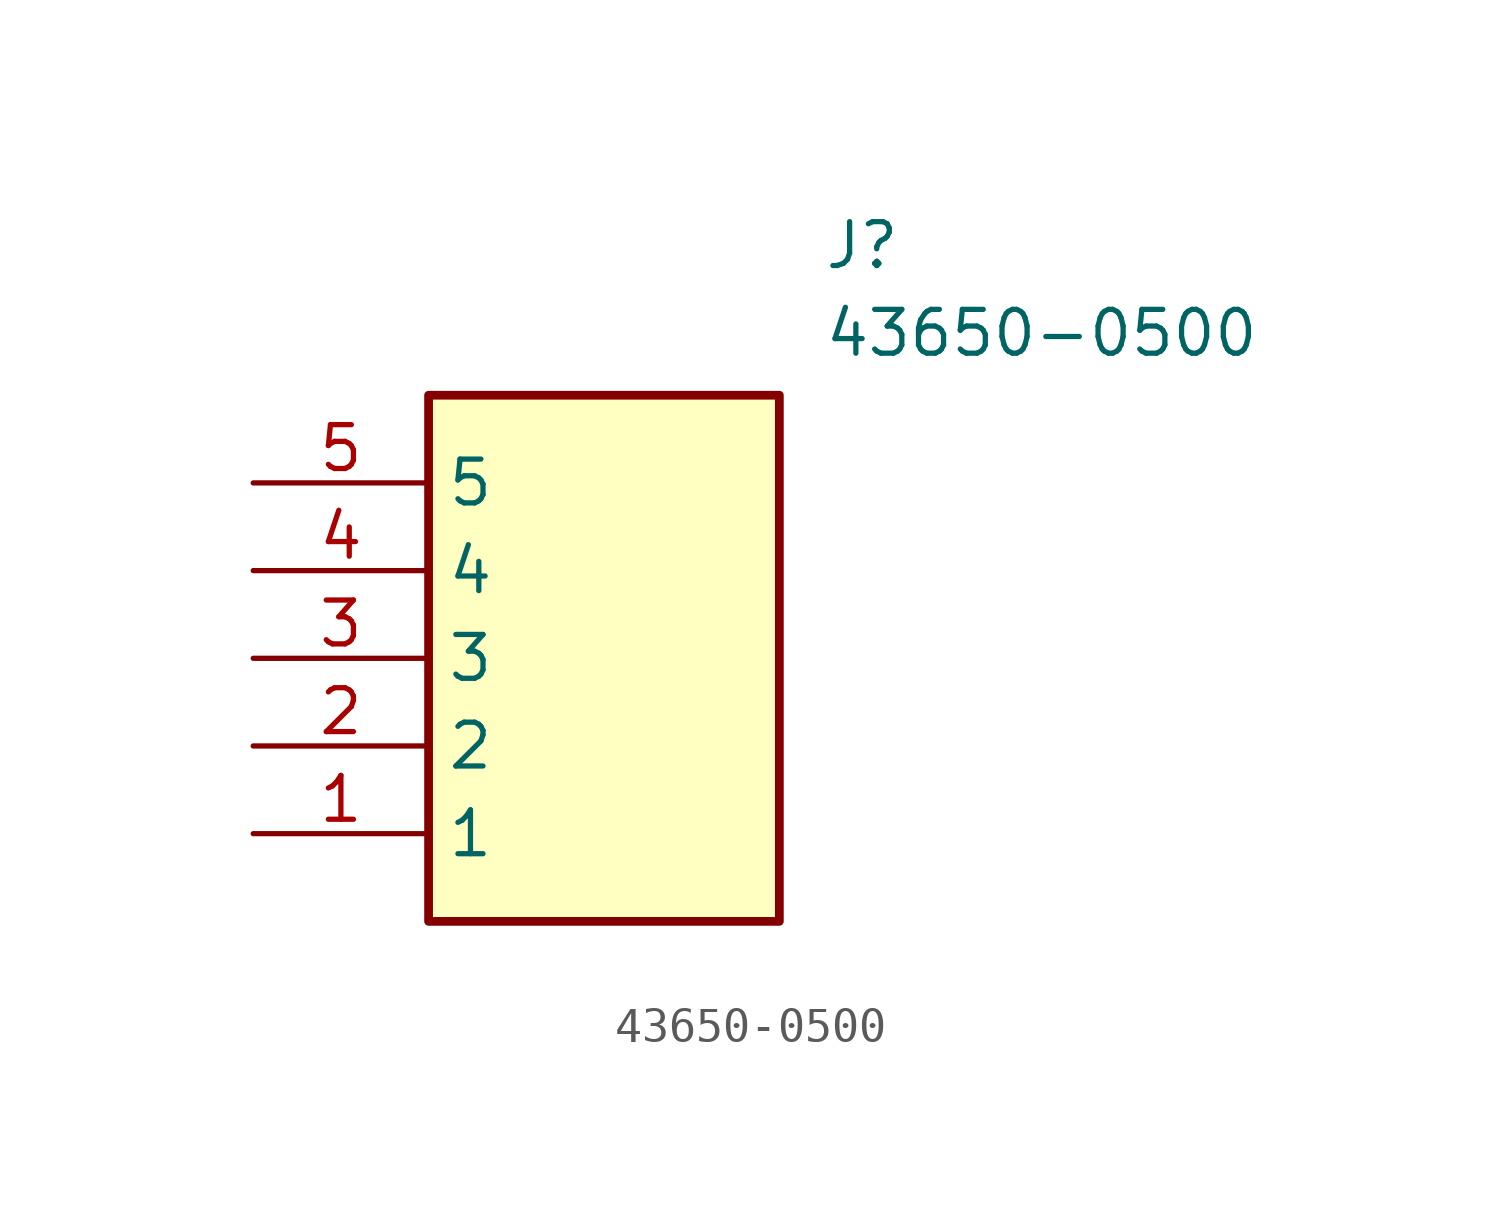
<source format=kicad_sym>
(kicad_symbol_lib
  (version 20211014)
  (generator SamacSys_ECAD_Model)
  (symbol "43650-0500"
    (property "Reference" "J"
      (at 16.51 7.62 0)
      (effects (font (size 1.27 1.27)) (justify left top)))
    (property "Value" "43650-0500"
      (at 16.51 5.08 0)
      (effects (font (size 1.27 1.27)) (justify left top)))
    (rectangle
      (start 5.08 2.54)
      (end 15.24 -12.7)
      (stroke (width 0.254) (type default))
      (fill (type background)))
    (pin passive line
      (at 0 -10.16 0)
      (length 5.08)
      (name "1" (effects (font (size 1.27 1.27))))
      (number "1" (effects (font (size 1.27 1.27)))))
    (pin passive line
      (at 0 -7.62 0)
      (length 5.08)
      (name "2" (effects (font (size 1.27 1.27))))
      (number "2" (effects (font (size 1.27 1.27)))))
    (pin passive line
      (at 0 -5.08 0)
      (length 5.08)
      (name "3" (effects (font (size 1.27 1.27))))
      (number "3" (effects (font (size 1.27 1.27)))))
    (pin passive line
      (at 0 -2.54 0)
      (length 5.08)
      (name "4" (effects (font (size 1.27 1.27))))
      (number "4" (effects (font (size 1.27 1.27)))))
    (pin passive line
      (at 0 0 0)
      (length 5.08)
      (name "5" (effects (font (size 1.27 1.27))))
      (number "5" (effects (font (size 1.27 1.27)))))))
</source>
